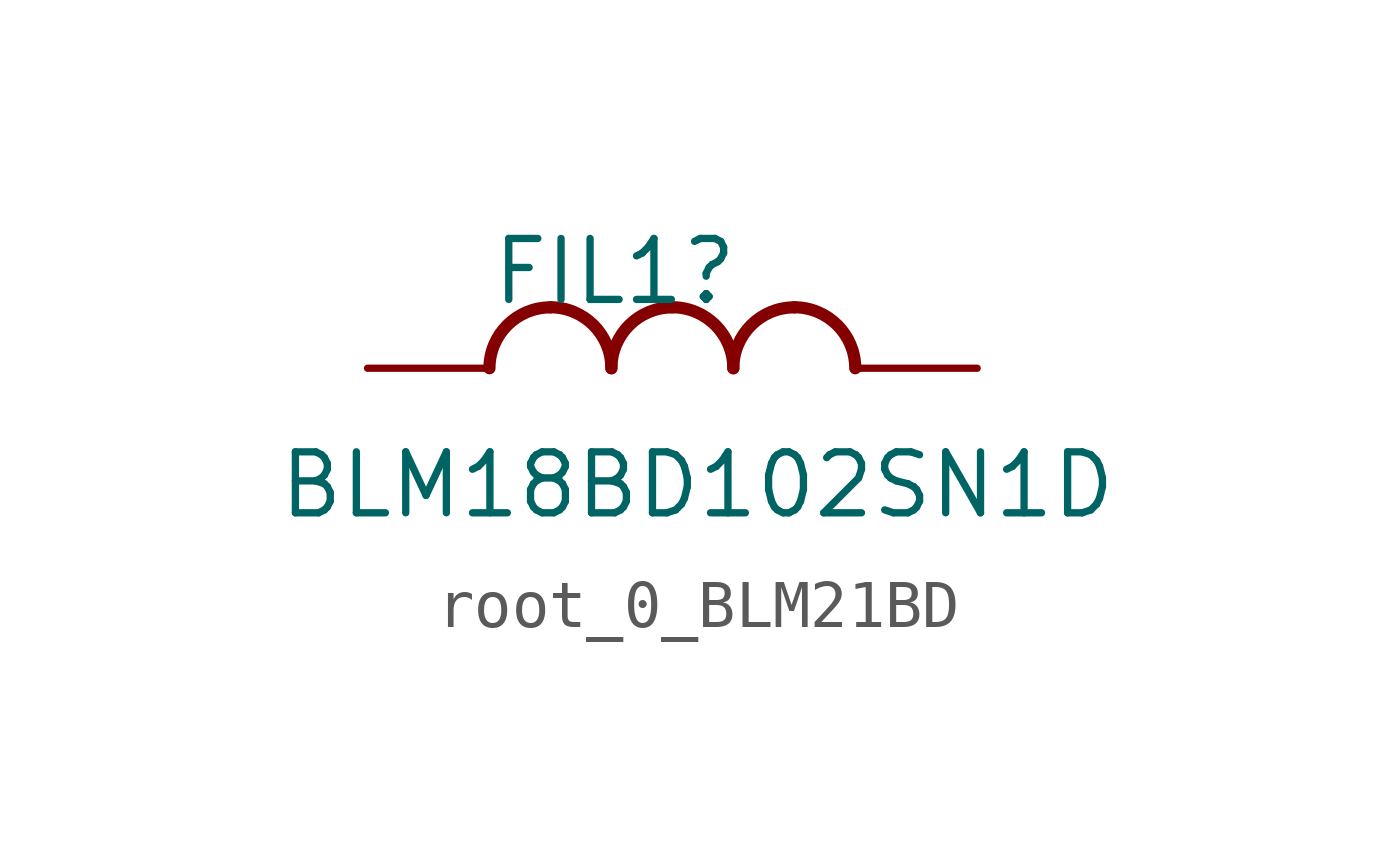
<source format=kicad_sym>
(kicad_symbol_lib
  (version 20220914)
  (generator kicad_symbol_editor)
  (symbol "root_0_BLM21BD"
    (property "Reference" "FIL1"
      (at 0 -1.27 0)
      (effects (font (size 1.27 1.27)) (justify left bottom)))
    (property "Value" "BLM18BD102SN1D"
      (at -4.445 -5.715 0)
      (effects (font (size 1.27 1.27)) (justify left bottom)))
    (symbol "root_0_BLM21BD_1_0"
      (arc (start 1.27 -1.27) (mid 0.372 -1.642) (end 0 -2.54) (stroke (width 0.254) (type solid)) (fill (type none)))
      (arc (start 2.54 -2.54) (mid 2.168 -1.642) (end 1.27 -1.27) (stroke (width 0.254) (type solid)) (fill (type none)))
      (arc (start 3.81 -1.27) (mid 2.912 -1.642) (end 2.54 -2.54) (stroke (width 0.254) (type solid)) (fill (type none)))
      (arc (start 5.08 -2.54) (mid 4.708 -1.642) (end 3.81 -1.27) (stroke (width 0.254) (type solid)) (fill (type none)))
      (arc (start 6.35 -1.27) (mid 5.452 -1.642) (end 5.08 -2.54) (stroke (width 0.254) (type solid)) (fill (type none)))
      (arc (start 7.62 -2.54) (mid 7.248 -1.642) (end 6.35 -1.27) (stroke (width 0.254) (type solid)) (fill (type none)))
      (pin passive line (at -2.54 -2.54 0) (length 2.54) (name "1" (effects (font (size 0 0)))) (number "1" (effects (font (size 0 0)))))
      (pin passive line (at 10.16 -2.54 180) (length 2.54) (name "2" (effects (font (size 0 0)))) (number "2" (effects (font (size 0 0))))))))
</source>
